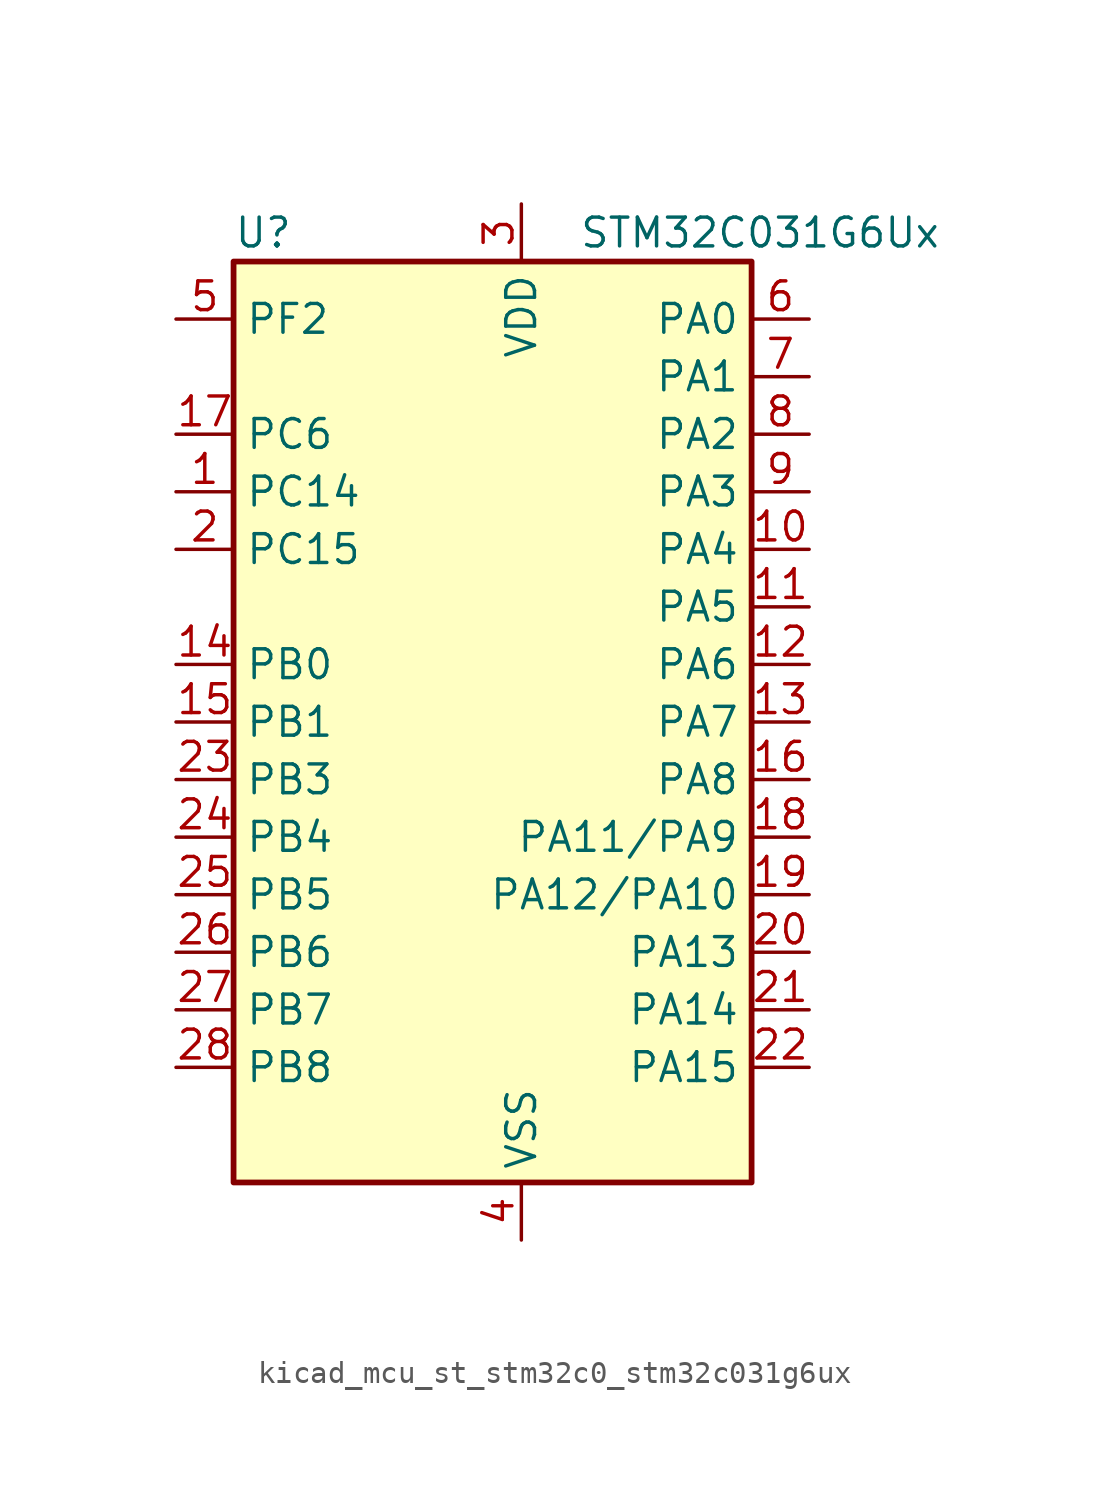
<source format=kicad_sym>
(kicad_symbol_lib
  (version 20220914)
  (generator kicad_symbol_editor)
  (symbol "kicad_mcu_st_stm32c0_stm32c031g6ux"
    (property "Reference" "U"
      (at -10.16 21.59 0)
      (effects (font (size 1.27 1.27)) (justify left)))
    (property "Value" "STM32C031G6Ux"
      (at 5.08 21.59 0)
      (effects (font (size 1.27 1.27)) (justify left)))
    (property "ki_locked" ""
      (at 0 0 0)
      (effects (font (size 1.27 1.27))))
    (symbol "kicad_mcu_st_stm32c0_stm32c031g6ux_0_1"
      (rectangle (start -10.16 -20.32) (end 12.7 20.32) (stroke (width 0.254) (type default)) (fill (type background))))
    (symbol "kicad_mcu_st_stm32c0_stm32c031g6ux_1_1"
      (pin bidirectional line (at -12.7 10.16 0) (length 2.54) (name "PC14" (effects (font (size 1.27 1.27)))) (number "1" (effects (font (size 1.27 1.27)))) (alternate "I2C1_SDA" bidirectional line) (alternate "IR_OUT" bidirectional line) (alternate "RCC_OSCX_IN" bidirectional line) (alternate "TIM17_CH1" bidirectional line) (alternate "TIM1_BKIN2" bidirectional line) (alternate "TIM1_ETR" bidirectional line) (alternate "TIM3_CH2" bidirectional line) (alternate "USART1_TX" bidirectional line) (alternate "USART2_CK" bidirectional line) (alternate "USART2_DE" bidirectional line) (alternate "USART2_RTS" bidirectional line))
      (pin bidirectional line (at 15.24 7.62 180) (length 2.54) (name "PA4" (effects (font (size 1.27 1.27)))) (number "10" (effects (font (size 1.27 1.27)))) (alternate "ADC1_IN4" bidirectional line) (alternate "I2S1_WS" bidirectional line) (alternate "PWR_WKUP2" bidirectional line) (alternate "RTC_OUT1" bidirectional line) (alternate "RTC_TS" bidirectional line) (alternate "SPI1_NSS" bidirectional line) (alternate "TIM14_CH1" bidirectional line) (alternate "TIM17_CH1N" bidirectional line) (alternate "TIM1_CH2N" bidirectional line) (alternate "USART2_TX" bidirectional line))
      (pin bidirectional line (at 15.24 5.08 180) (length 2.54) (name "PA5" (effects (font (size 1.27 1.27)))) (number "11" (effects (font (size 1.27 1.27)))) (alternate "ADC1_IN5" bidirectional line) (alternate "I2S1_CK" bidirectional line) (alternate "SPI1_SCK" bidirectional line) (alternate "TIM1_CH1" bidirectional line) (alternate "TIM1_CH3N" bidirectional line) (alternate "USART2_RX" bidirectional line))
      (pin bidirectional line (at 15.24 2.54 180) (length 2.54) (name "PA6" (effects (font (size 1.27 1.27)))) (number "12" (effects (font (size 1.27 1.27)))) (alternate "ADC1_IN6" bidirectional line) (alternate "I2S1_MCK" bidirectional line) (alternate "SPI1_MISO" bidirectional line) (alternate "TIM16_CH1" bidirectional line) (alternate "TIM1_BKIN" bidirectional line) (alternate "TIM3_CH1" bidirectional line))
      (pin bidirectional line (at 15.24 0 180) (length 2.54) (name "PA7" (effects (font (size 1.27 1.27)))) (number "13" (effects (font (size 1.27 1.27)))) (alternate "ADC1_IN7" bidirectional line) (alternate "I2S1_SD" bidirectional line) (alternate "SPI1_MOSI" bidirectional line) (alternate "TIM14_CH1" bidirectional line) (alternate "TIM17_CH1" bidirectional line) (alternate "TIM1_CH1N" bidirectional line) (alternate "TIM3_CH2" bidirectional line))
      (pin bidirectional line (at -12.7 2.54 0) (length 2.54) (name "PB0" (effects (font (size 1.27 1.27)))) (number "14" (effects (font (size 1.27 1.27)))) (alternate "ADC1_IN17" bidirectional line) (alternate "I2S1_WS" bidirectional line) (alternate "SPI1_NSS" bidirectional line) (alternate "TIM1_CH2N" bidirectional line) (alternate "TIM3_CH3" bidirectional line))
      (pin bidirectional line (at -12.7 0 0) (length 2.54) (name "PB1" (effects (font (size 1.27 1.27)))) (number "15" (effects (font (size 1.27 1.27)))) (alternate "ADC1_IN18" bidirectional line) (alternate "TIM14_CH1" bidirectional line) (alternate "TIM1_CH2N" bidirectional line) (alternate "TIM1_CH3N" bidirectional line) (alternate "TIM3_CH4" bidirectional line))
      (pin bidirectional line (at 15.24 -2.54 180) (length 2.54) (name "PA8" (effects (font (size 1.27 1.27)))) (number "16" (effects (font (size 1.27 1.27)))) (alternate "ADC1_IN8" bidirectional line) (alternate "I2S1_WS" bidirectional line) (alternate "RCC_MCO" bidirectional line) (alternate "RCC_MCO_2" bidirectional line) (alternate "SPI1_NSS" bidirectional line) (alternate "TIM14_CH1" bidirectional line) (alternate "TIM1_CH1" bidirectional line) (alternate "TIM1_CH2N" bidirectional line) (alternate "TIM1_CH3N" bidirectional line) (alternate "TIM3_CH3" bidirectional line) (alternate "TIM3_CH4" bidirectional line) (alternate "USART1_RX" bidirectional line) (alternate "USART2_TX" bidirectional line))
      (pin bidirectional line (at -12.7 12.7 0) (length 2.54) (name "PC6" (effects (font (size 1.27 1.27)))) (number "17" (effects (font (size 1.27 1.27)))) (alternate "TIM3_CH1" bidirectional line))
      (pin bidirectional line (at 15.24 -5.08 180) (length 2.54) (name "PA11/PA9" (effects (font (size 1.27 1.27)))) (number "18" (effects (font (size 1.27 1.27)))) (alternate "ADC1_EXTI11" bidirectional line) (alternate "ADC1_IN11" bidirectional line) (alternate "I2S1_MCK" bidirectional line) (alternate "SPI1_MISO" bidirectional line) (alternate "TIM1_BKIN2" bidirectional line) (alternate "TIM1_CH4" bidirectional line) (alternate "USART1_CTS" bidirectional line) (alternate "USART1_NSS" bidirectional line))
      (pin bidirectional line (at 15.24 -7.62 180) (length 2.54) (name "PA12/PA10" (effects (font (size 1.27 1.27)))) (number "19" (effects (font (size 1.27 1.27)))) (alternate "ADC1_IN12" bidirectional line) (alternate "I2S1_SD" bidirectional line) (alternate "I2S_CKIN" bidirectional line) (alternate "SPI1_MOSI" bidirectional line) (alternate "TIM1_ETR" bidirectional line) (alternate "USART1_CK" bidirectional line) (alternate "USART1_DE" bidirectional line) (alternate "USART1_RTS" bidirectional line))
      (pin bidirectional line (at -12.7 7.62 0) (length 2.54) (name "PC15" (effects (font (size 1.27 1.27)))) (number "2" (effects (font (size 1.27 1.27)))) (alternate "RCC_OSC32_EN" bidirectional line) (alternate "RCC_OSCX_OUT" bidirectional line) (alternate "RCC_OSC_EN" bidirectional line) (alternate "TIM1_ETR" bidirectional line) (alternate "TIM3_CH3" bidirectional line))
      (pin bidirectional line (at 15.24 -10.16 180) (length 2.54) (name "PA13" (effects (font (size 1.27 1.27)))) (number "20" (effects (font (size 1.27 1.27)))) (alternate "ADC1_IN13" bidirectional line) (alternate "DEBUG_SWDIO" bidirectional line) (alternate "IR_OUT" bidirectional line) (alternate "TIM3_ETR" bidirectional line) (alternate "USART2_RX" bidirectional line))
      (pin bidirectional line (at 15.24 -12.7 180) (length 2.54) (name "PA14" (effects (font (size 1.27 1.27)))) (number "21" (effects (font (size 1.27 1.27)))) (alternate "ADC1_IN14" bidirectional line) (alternate "DEBUG_SWCLK" bidirectional line) (alternate "I2S1_WS" bidirectional line) (alternate "RCC_MCO_2" bidirectional line) (alternate "SPI1_NSS" bidirectional line) (alternate "TIM1_CH1" bidirectional line) (alternate "USART1_CK" bidirectional line) (alternate "USART1_DE" bidirectional line) (alternate "USART1_RTS" bidirectional line) (alternate "USART2_RX" bidirectional line) (alternate "USART2_TX" bidirectional line))
      (pin bidirectional line (at 15.24 -15.24 180) (length 2.54) (name "PA15" (effects (font (size 1.27 1.27)))) (number "22" (effects (font (size 1.27 1.27)))) (alternate "I2S1_WS" bidirectional line) (alternate "RCC_MCO_2" bidirectional line) (alternate "SPI1_NSS" bidirectional line) (alternate "TIM1_CH1" bidirectional line) (alternate "USART1_CK" bidirectional line) (alternate "USART1_DE" bidirectional line) (alternate "USART1_RTS" bidirectional line) (alternate "USART2_RX" bidirectional line))
      (pin bidirectional line (at -12.7 -2.54 0) (length 2.54) (name "PB3" (effects (font (size 1.27 1.27)))) (number "23" (effects (font (size 1.27 1.27)))) (alternate "I2S1_CK" bidirectional line) (alternate "SPI1_SCK" bidirectional line) (alternate "TIM1_CH2" bidirectional line) (alternate "TIM3_CH2" bidirectional line) (alternate "USART1_CK" bidirectional line) (alternate "USART1_DE" bidirectional line) (alternate "USART1_RTS" bidirectional line))
      (pin bidirectional line (at -12.7 -5.08 0) (length 2.54) (name "PB4" (effects (font (size 1.27 1.27)))) (number "24" (effects (font (size 1.27 1.27)))) (alternate "I2S1_MCK" bidirectional line) (alternate "SPI1_MISO" bidirectional line) (alternate "TIM17_BKIN" bidirectional line) (alternate "TIM3_CH1" bidirectional line) (alternate "USART1_CTS" bidirectional line) (alternate "USART1_NSS" bidirectional line))
      (pin bidirectional line (at -12.7 -7.62 0) (length 2.54) (name "PB5" (effects (font (size 1.27 1.27)))) (number "25" (effects (font (size 1.27 1.27)))) (alternate "I2C1_SMBA" bidirectional line) (alternate "I2S1_SD" bidirectional line) (alternate "PWR_WKUP6" bidirectional line) (alternate "SPI1_MOSI" bidirectional line) (alternate "TIM16_BKIN" bidirectional line) (alternate "TIM3_CH2" bidirectional line) (alternate "TIM3_CH3" bidirectional line))
      (pin bidirectional line (at -12.7 -10.16 0) (length 2.54) (name "PB6" (effects (font (size 1.27 1.27)))) (number "26" (effects (font (size 1.27 1.27)))) (alternate "I2C1_SCL" bidirectional line) (alternate "I2C1_SMBA" bidirectional line) (alternate "I2S1_CK" bidirectional line) (alternate "I2S1_MCK" bidirectional line) (alternate "I2S1_SD" bidirectional line) (alternate "PWR_WKUP3" bidirectional line) (alternate "SPI1_MISO" bidirectional line) (alternate "SPI1_MOSI" bidirectional line) (alternate "SPI1_SCK" bidirectional line) (alternate "TIM16_BKIN" bidirectional line) (alternate "TIM16_CH1N" bidirectional line) (alternate "TIM17_BKIN" bidirectional line) (alternate "TIM1_CH2" bidirectional line) (alternate "TIM1_CH3" bidirectional line) (alternate "TIM3_CH1" bidirectional line) (alternate "TIM3_CH2" bidirectional line) (alternate "TIM3_CH3" bidirectional line) (alternate "USART1_CK" bidirectional line) (alternate "USART1_CTS" bidirectional line) (alternate "USART1_DE" bidirectional line) (alternate "USART1_NSS" bidirectional line) (alternate "USART1_RTS" bidirectional line) (alternate "USART1_TX" bidirectional line))
      (pin bidirectional line (at -12.7 -12.7 0) (length 2.54) (name "PB7" (effects (font (size 1.27 1.27)))) (number "27" (effects (font (size 1.27 1.27)))) (alternate "I2C1_SCL" bidirectional line) (alternate "I2C1_SDA" bidirectional line) (alternate "RTC_REFIN" bidirectional line) (alternate "TIM16_CH1" bidirectional line) (alternate "TIM17_CH1N" bidirectional line) (alternate "TIM1_CH4" bidirectional line) (alternate "TIM3_CH1" bidirectional line) (alternate "TIM3_CH4" bidirectional line) (alternate "USART1_RX" bidirectional line) (alternate "USART2_CTS" bidirectional line) (alternate "USART2_NSS" bidirectional line))
      (pin bidirectional line (at -12.7 -15.24 0) (length 2.54) (name "PB8" (effects (font (size 1.27 1.27)))) (number "28" (effects (font (size 1.27 1.27)))) (alternate "I2C1_SCL" bidirectional line) (alternate "TIM16_CH1" bidirectional line) (alternate "TIM3_CH1" bidirectional line) (alternate "USART2_CTS" bidirectional line) (alternate "USART2_NSS" bidirectional line))
      (pin power_in line (at 2.54 22.86 270) (length 2.54) (name "VDD" (effects (font (size 1.27 1.27)))) (number "3" (effects (font (size 1.27 1.27)))))
      (pin power_in line (at 2.54 -22.86 90) (length 2.54) (name "VSS" (effects (font (size 1.27 1.27)))) (number "4" (effects (font (size 1.27 1.27)))))
      (pin bidirectional line (at -12.7 17.78 0) (length 2.54) (name "PF2" (effects (font (size 1.27 1.27)))) (number "5" (effects (font (size 1.27 1.27)))) (alternate "RCC_MCO" bidirectional line) (alternate "TIM1_CH4" bidirectional line))
      (pin bidirectional line (at 15.24 17.78 180) (length 2.54) (name "PA0" (effects (font (size 1.27 1.27)))) (number "6" (effects (font (size 1.27 1.27)))) (alternate "ADC1_IN0" bidirectional line) (alternate "PWR_WKUP1" bidirectional line) (alternate "TIM16_CH1" bidirectional line) (alternate "TIM1_CH1" bidirectional line) (alternate "USART1_TX" bidirectional line) (alternate "USART2_CTS" bidirectional line) (alternate "USART2_NSS" bidirectional line))
      (pin bidirectional line (at 15.24 15.24 180) (length 2.54) (name "PA1" (effects (font (size 1.27 1.27)))) (number "7" (effects (font (size 1.27 1.27)))) (alternate "ADC1_IN1" bidirectional line) (alternate "I2C1_SMBA" bidirectional line) (alternate "I2S1_CK" bidirectional line) (alternate "SPI1_SCK" bidirectional line) (alternate "TIM17_CH1" bidirectional line) (alternate "TIM1_CH2" bidirectional line) (alternate "USART1_RX" bidirectional line) (alternate "USART2_CK" bidirectional line) (alternate "USART2_DE" bidirectional line) (alternate "USART2_RTS" bidirectional line))
      (pin bidirectional line (at 15.24 12.7 180) (length 2.54) (name "PA2" (effects (font (size 1.27 1.27)))) (number "8" (effects (font (size 1.27 1.27)))) (alternate "ADC1_IN2" bidirectional line) (alternate "I2S1_SD" bidirectional line) (alternate "PWR_WKUP4" bidirectional line) (alternate "RCC_LSCO" bidirectional line) (alternate "SPI1_MOSI" bidirectional line) (alternate "TIM16_CH1N" bidirectional line) (alternate "TIM1_CH3" bidirectional line) (alternate "TIM3_ETR" bidirectional line) (alternate "USART2_TX" bidirectional line))
      (pin bidirectional line (at 15.24 10.16 180) (length 2.54) (name "PA3" (effects (font (size 1.27 1.27)))) (number "9" (effects (font (size 1.27 1.27)))) (alternate "ADC1_IN3" bidirectional line) (alternate "TIM1_CH1N" bidirectional line) (alternate "TIM1_CH4" bidirectional line) (alternate "USART2_RX" bidirectional line)))))
</source>
